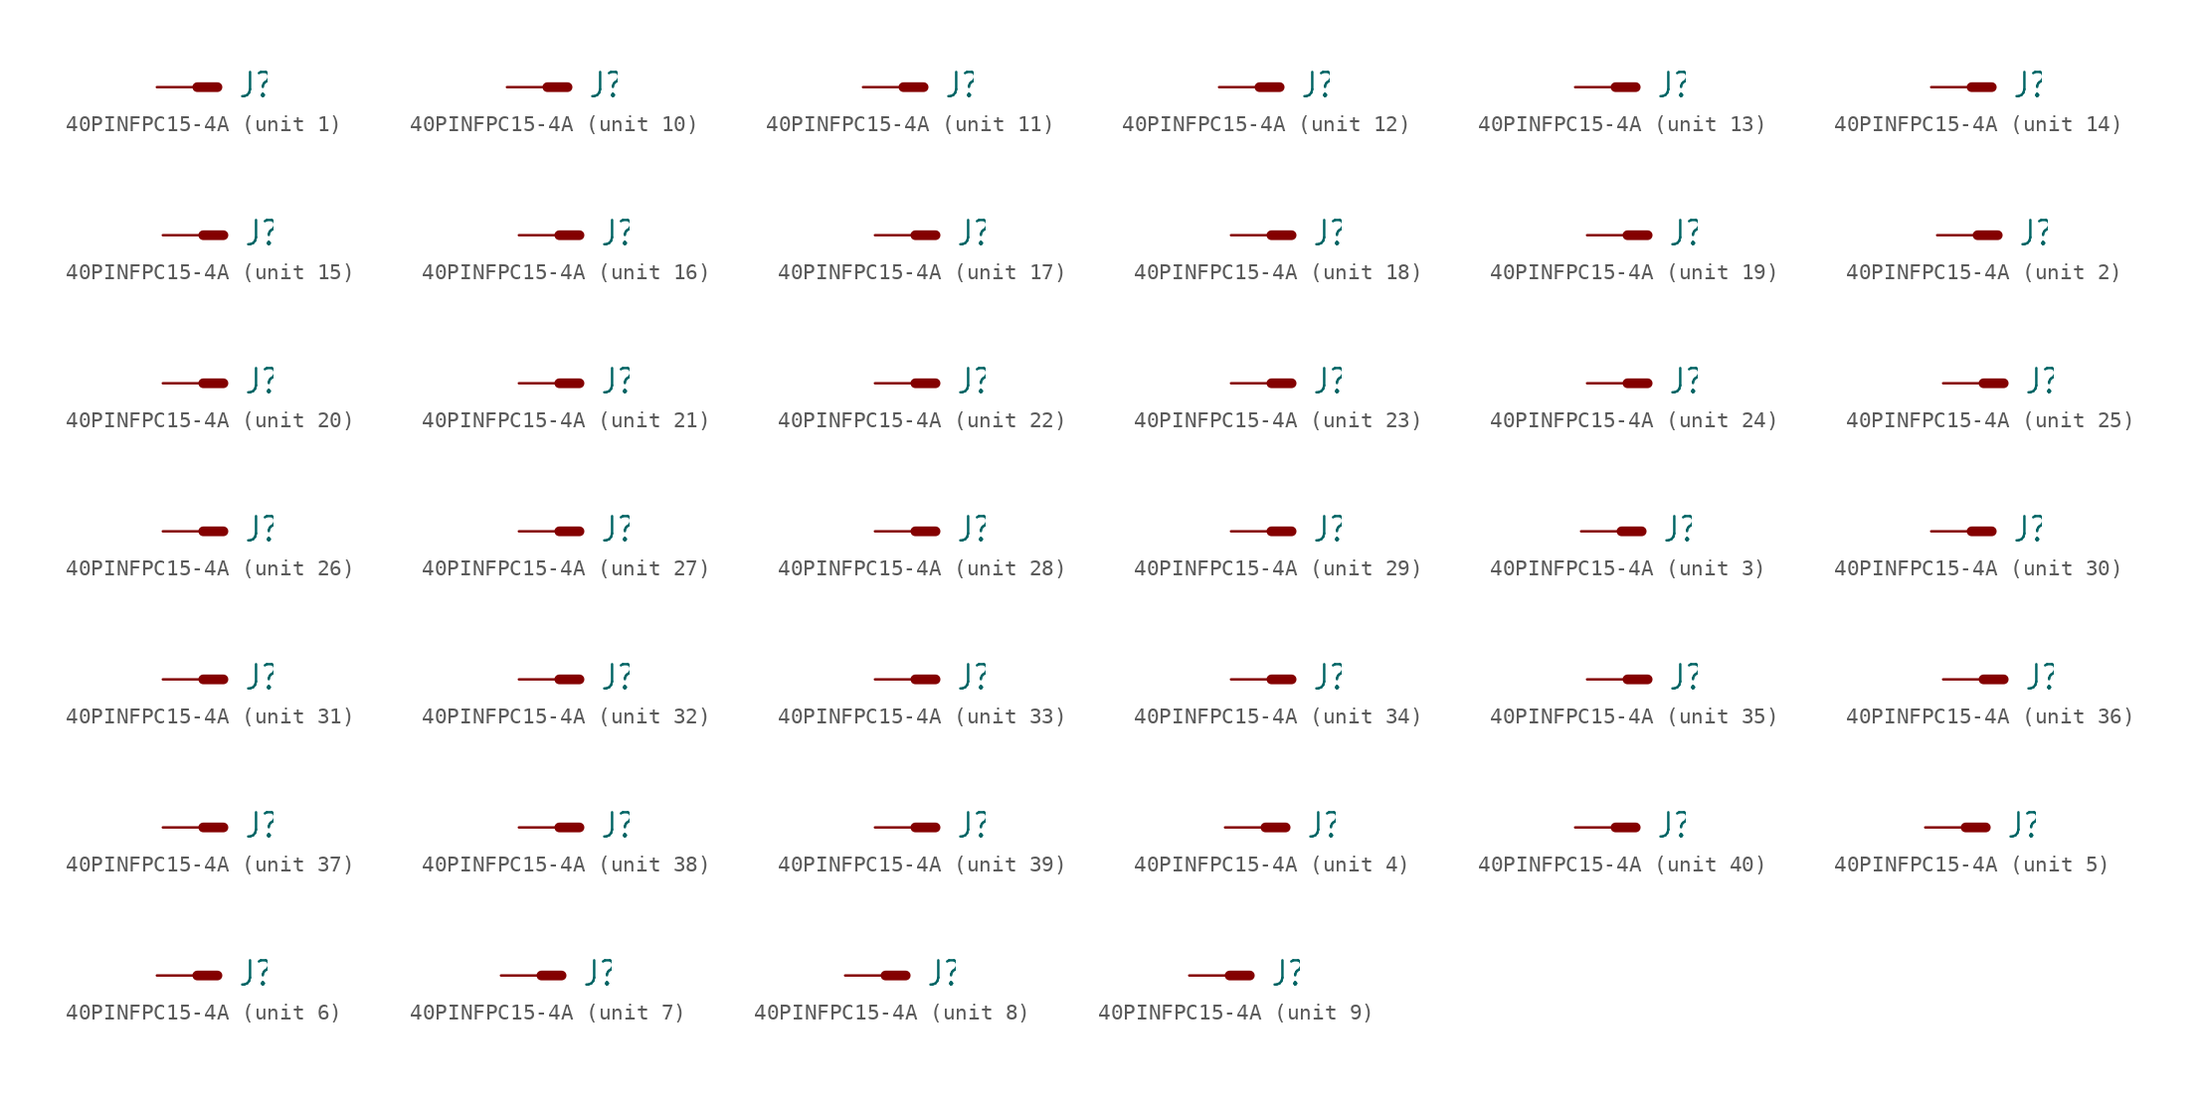
<source format=kicad_sym>
(kicad_symbol_lib
  (version 20220914)
  (generator kicad_symbol_editor)
  (symbol "40PINFPC15-4A"
    (property "Reference" "J"
      (at 2.54 -0.762 0)
      (effects (font (size 1.524 1.295)) (justify left bottom)))
    (property "ki_locked" ""
      (at 0 0 0)
      (effects (font (size 1.27 1.27))))
    (symbol "40PINFPC15-4A_1_0"
      (polyline (pts (xy 0 0) (xy 1.27 0)) (stroke (width 0.61) (type solid)) (fill (type none)))
      (pin passive line (at -2.54 0 0) (length 2.54) (name "MSV" (effects (font (size 0 0)))) (number "1" (effects (font (size 0 0))))))
    (symbol "40PINFPC15-4A_2_0"
      (polyline (pts (xy 0 0) (xy 1.27 0)) (stroke (width 0.61) (type solid)) (fill (type none)))
      (pin passive line (at -2.54 0 0) (length 2.54) (name "MS" (effects (font (size 0 0)))) (number "2" (effects (font (size 0 0))))))
    (symbol "40PINFPC15-4A_3_0"
      (polyline (pts (xy 0 0) (xy 1.27 0)) (stroke (width 0.61) (type solid)) (fill (type none)))
      (pin passive line (at -2.54 0 0) (length 2.54) (name "MS" (effects (font (size 0 0)))) (number "3" (effects (font (size 0 0))))))
    (symbol "40PINFPC15-4A_4_0"
      (polyline (pts (xy 0 0) (xy 1.27 0)) (stroke (width 0.61) (type solid)) (fill (type none)))
      (pin passive line (at -2.54 0 0) (length 2.54) (name "MS" (effects (font (size 0 0)))) (number "4" (effects (font (size 0 0))))))
    (symbol "40PINFPC15-4A_5_0"
      (polyline (pts (xy 0 0) (xy 1.27 0)) (stroke (width 0.61) (type solid)) (fill (type none)))
      (pin passive line (at -2.54 0 0) (length 2.54) (name "MS" (effects (font (size 0 0)))) (number "5" (effects (font (size 0 0))))))
    (symbol "40PINFPC15-4A_6_0"
      (polyline (pts (xy 0 0) (xy 1.27 0)) (stroke (width 0.61) (type solid)) (fill (type none)))
      (pin passive line (at -2.54 0 0) (length 2.54) (name "MS" (effects (font (size 0 0)))) (number "6" (effects (font (size 0 0))))))
    (symbol "40PINFPC15-4A_7_0"
      (polyline (pts (xy 0 0) (xy 1.27 0)) (stroke (width 0.61) (type solid)) (fill (type none)))
      (pin passive line (at -2.54 0 0) (length 2.54) (name "MS" (effects (font (size 0 0)))) (number "7" (effects (font (size 0 0))))))
    (symbol "40PINFPC15-4A_8_0"
      (polyline (pts (xy 0 0) (xy 1.27 0)) (stroke (width 0.61) (type solid)) (fill (type none)))
      (pin passive line (at -2.54 0 0) (length 2.54) (name "MS" (effects (font (size 0 0)))) (number "8" (effects (font (size 0 0))))))
    (symbol "40PINFPC15-4A_9_0"
      (polyline (pts (xy 0 0) (xy 1.27 0)) (stroke (width 0.61) (type solid)) (fill (type none)))
      (pin passive line (at -2.54 0 0) (length 2.54) (name "MS" (effects (font (size 0 0)))) (number "9" (effects (font (size 0 0))))))
    (symbol "40PINFPC15-4A_10_0"
      (polyline (pts (xy 0 0) (xy 1.27 0)) (stroke (width 0.61) (type solid)) (fill (type none)))
      (pin passive line (at -2.54 0 0) (length 2.54) (name "MS" (effects (font (size 0 0)))) (number "10" (effects (font (size 0 0))))))
    (symbol "40PINFPC15-4A_11_0"
      (polyline (pts (xy 0 0) (xy 1.27 0)) (stroke (width 0.61) (type solid)) (fill (type none)))
      (pin passive line (at -2.54 0 0) (length 2.54) (name "MS" (effects (font (size 0 0)))) (number "11" (effects (font (size 0 0))))))
    (symbol "40PINFPC15-4A_12_0"
      (polyline (pts (xy 0 0) (xy 1.27 0)) (stroke (width 0.61) (type solid)) (fill (type none)))
      (pin passive line (at -2.54 0 0) (length 2.54) (name "MS" (effects (font (size 0 0)))) (number "12" (effects (font (size 0 0))))))
    (symbol "40PINFPC15-4A_13_0"
      (polyline (pts (xy 0 0) (xy 1.27 0)) (stroke (width 0.61) (type solid)) (fill (type none)))
      (pin passive line (at -2.54 0 0) (length 2.54) (name "MS" (effects (font (size 0 0)))) (number "13" (effects (font (size 0 0))))))
    (symbol "40PINFPC15-4A_14_0"
      (polyline (pts (xy 0 0) (xy 1.27 0)) (stroke (width 0.61) (type solid)) (fill (type none)))
      (pin passive line (at -2.54 0 0) (length 2.54) (name "MS" (effects (font (size 0 0)))) (number "14" (effects (font (size 0 0))))))
    (symbol "40PINFPC15-4A_15_0"
      (polyline (pts (xy 0 0) (xy 1.27 0)) (stroke (width 0.61) (type solid)) (fill (type none)))
      (pin passive line (at -2.54 0 0) (length 2.54) (name "MS" (effects (font (size 0 0)))) (number "15" (effects (font (size 0 0))))))
    (symbol "40PINFPC15-4A_16_0"
      (polyline (pts (xy 0 0) (xy 1.27 0)) (stroke (width 0.61) (type solid)) (fill (type none)))
      (pin passive line (at -2.54 0 0) (length 2.54) (name "MS" (effects (font (size 0 0)))) (number "16" (effects (font (size 0 0))))))
    (symbol "40PINFPC15-4A_17_0"
      (polyline (pts (xy 0 0) (xy 1.27 0)) (stroke (width 0.61) (type solid)) (fill (type none)))
      (pin passive line (at -2.54 0 0) (length 2.54) (name "MS" (effects (font (size 0 0)))) (number "17" (effects (font (size 0 0))))))
    (symbol "40PINFPC15-4A_18_0"
      (polyline (pts (xy 0 0) (xy 1.27 0)) (stroke (width 0.61) (type solid)) (fill (type none)))
      (pin passive line (at -2.54 0 0) (length 2.54) (name "MS" (effects (font (size 0 0)))) (number "18" (effects (font (size 0 0))))))
    (symbol "40PINFPC15-4A_19_0"
      (polyline (pts (xy 0 0) (xy 1.27 0)) (stroke (width 0.61) (type solid)) (fill (type none)))
      (pin passive line (at -2.54 0 0) (length 2.54) (name "MS" (effects (font (size 0 0)))) (number "19" (effects (font (size 0 0))))))
    (symbol "40PINFPC15-4A_20_0"
      (polyline (pts (xy 0 0) (xy 1.27 0)) (stroke (width 0.61) (type solid)) (fill (type none)))
      (pin passive line (at -2.54 0 0) (length 2.54) (name "MS" (effects (font (size 0 0)))) (number "20" (effects (font (size 0 0))))))
    (symbol "40PINFPC15-4A_21_0"
      (polyline (pts (xy 0 0) (xy 1.27 0)) (stroke (width 0.61) (type solid)) (fill (type none)))
      (pin passive line (at -2.54 0 0) (length 2.54) (name "MS" (effects (font (size 0 0)))) (number "21" (effects (font (size 0 0))))))
    (symbol "40PINFPC15-4A_22_0"
      (polyline (pts (xy 0 0) (xy 1.27 0)) (stroke (width 0.61) (type solid)) (fill (type none)))
      (pin passive line (at -2.54 0 0) (length 2.54) (name "MS" (effects (font (size 0 0)))) (number "22" (effects (font (size 0 0))))))
    (symbol "40PINFPC15-4A_23_0"
      (polyline (pts (xy 0 0) (xy 1.27 0)) (stroke (width 0.61) (type solid)) (fill (type none)))
      (pin passive line (at -2.54 0 0) (length 2.54) (name "MS" (effects (font (size 0 0)))) (number "23" (effects (font (size 0 0))))))
    (symbol "40PINFPC15-4A_24_0"
      (polyline (pts (xy 0 0) (xy 1.27 0)) (stroke (width 0.61) (type solid)) (fill (type none)))
      (pin passive line (at -2.54 0 0) (length 2.54) (name "MS" (effects (font (size 0 0)))) (number "24" (effects (font (size 0 0))))))
    (symbol "40PINFPC15-4A_25_0"
      (polyline (pts (xy 0 0) (xy 1.27 0)) (stroke (width 0.61) (type solid)) (fill (type none)))
      (pin passive line (at -2.54 0 0) (length 2.54) (name "MS" (effects (font (size 0 0)))) (number "25" (effects (font (size 0 0))))))
    (symbol "40PINFPC15-4A_26_0"
      (polyline (pts (xy 0 0) (xy 1.27 0)) (stroke (width 0.61) (type solid)) (fill (type none)))
      (pin passive line (at -2.54 0 0) (length 2.54) (name "MS" (effects (font (size 0 0)))) (number "26" (effects (font (size 0 0))))))
    (symbol "40PINFPC15-4A_27_0"
      (polyline (pts (xy 0 0) (xy 1.27 0)) (stroke (width 0.61) (type solid)) (fill (type none)))
      (pin passive line (at -2.54 0 0) (length 2.54) (name "MS" (effects (font (size 0 0)))) (number "27" (effects (font (size 0 0))))))
    (symbol "40PINFPC15-4A_28_0"
      (polyline (pts (xy 0 0) (xy 1.27 0)) (stroke (width 0.61) (type solid)) (fill (type none)))
      (pin passive line (at -2.54 0 0) (length 2.54) (name "MS" (effects (font (size 0 0)))) (number "28" (effects (font (size 0 0))))))
    (symbol "40PINFPC15-4A_29_0"
      (polyline (pts (xy 0 0) (xy 1.27 0)) (stroke (width 0.61) (type solid)) (fill (type none)))
      (pin passive line (at -2.54 0 0) (length 2.54) (name "MS" (effects (font (size 0 0)))) (number "29" (effects (font (size 0 0))))))
    (symbol "40PINFPC15-4A_30_0"
      (polyline (pts (xy 0 0) (xy 1.27 0)) (stroke (width 0.61) (type solid)) (fill (type none)))
      (pin passive line (at -2.54 0 0) (length 2.54) (name "MS" (effects (font (size 0 0)))) (number "30" (effects (font (size 0 0))))))
    (symbol "40PINFPC15-4A_31_0"
      (polyline (pts (xy 0 0) (xy 1.27 0)) (stroke (width 0.61) (type solid)) (fill (type none)))
      (pin passive line (at -2.54 0 0) (length 2.54) (name "MS" (effects (font (size 0 0)))) (number "31" (effects (font (size 0 0))))))
    (symbol "40PINFPC15-4A_32_0"
      (polyline (pts (xy 0 0) (xy 1.27 0)) (stroke (width 0.61) (type solid)) (fill (type none)))
      (pin passive line (at -2.54 0 0) (length 2.54) (name "MS" (effects (font (size 0 0)))) (number "32" (effects (font (size 0 0))))))
    (symbol "40PINFPC15-4A_33_0"
      (polyline (pts (xy 0 0) (xy 1.27 0)) (stroke (width 0.61) (type solid)) (fill (type none)))
      (pin passive line (at -2.54 0 0) (length 2.54) (name "MS" (effects (font (size 0 0)))) (number "33" (effects (font (size 0 0))))))
    (symbol "40PINFPC15-4A_34_0"
      (polyline (pts (xy 0 0) (xy 1.27 0)) (stroke (width 0.61) (type solid)) (fill (type none)))
      (pin passive line (at -2.54 0 0) (length 2.54) (name "MS" (effects (font (size 0 0)))) (number "34" (effects (font (size 0 0))))))
    (symbol "40PINFPC15-4A_35_0"
      (polyline (pts (xy 0 0) (xy 1.27 0)) (stroke (width 0.61) (type solid)) (fill (type none)))
      (pin passive line (at -2.54 0 0) (length 2.54) (name "MS" (effects (font (size 0 0)))) (number "35" (effects (font (size 0 0))))))
    (symbol "40PINFPC15-4A_36_0"
      (polyline (pts (xy 0 0) (xy 1.27 0)) (stroke (width 0.61) (type solid)) (fill (type none)))
      (pin passive line (at -2.54 0 0) (length 2.54) (name "MS" (effects (font (size 0 0)))) (number "36" (effects (font (size 0 0))))))
    (symbol "40PINFPC15-4A_37_0"
      (polyline (pts (xy 0 0) (xy 1.27 0)) (stroke (width 0.61) (type solid)) (fill (type none)))
      (pin passive line (at -2.54 0 0) (length 2.54) (name "MS" (effects (font (size 0 0)))) (number "37" (effects (font (size 0 0))))))
    (symbol "40PINFPC15-4A_38_0"
      (polyline (pts (xy 0 0) (xy 1.27 0)) (stroke (width 0.61) (type solid)) (fill (type none)))
      (pin passive line (at -2.54 0 0) (length 2.54) (name "MS" (effects (font (size 0 0)))) (number "38" (effects (font (size 0 0))))))
    (symbol "40PINFPC15-4A_39_0"
      (polyline (pts (xy 0 0) (xy 1.27 0)) (stroke (width 0.61) (type solid)) (fill (type none)))
      (pin passive line (at -2.54 0 0) (length 2.54) (name "MS" (effects (font (size 0 0)))) (number "39" (effects (font (size 0 0))))))
    (symbol "40PINFPC15-4A_40_0"
      (polyline (pts (xy 0 0) (xy 1.27 0)) (stroke (width 0.61) (type solid)) (fill (type none)))
      (pin passive line (at -2.54 0 0) (length 2.54) (name "MS" (effects (font (size 0 0)))) (number "40" (effects (font (size 0 0))))))))
</source>
